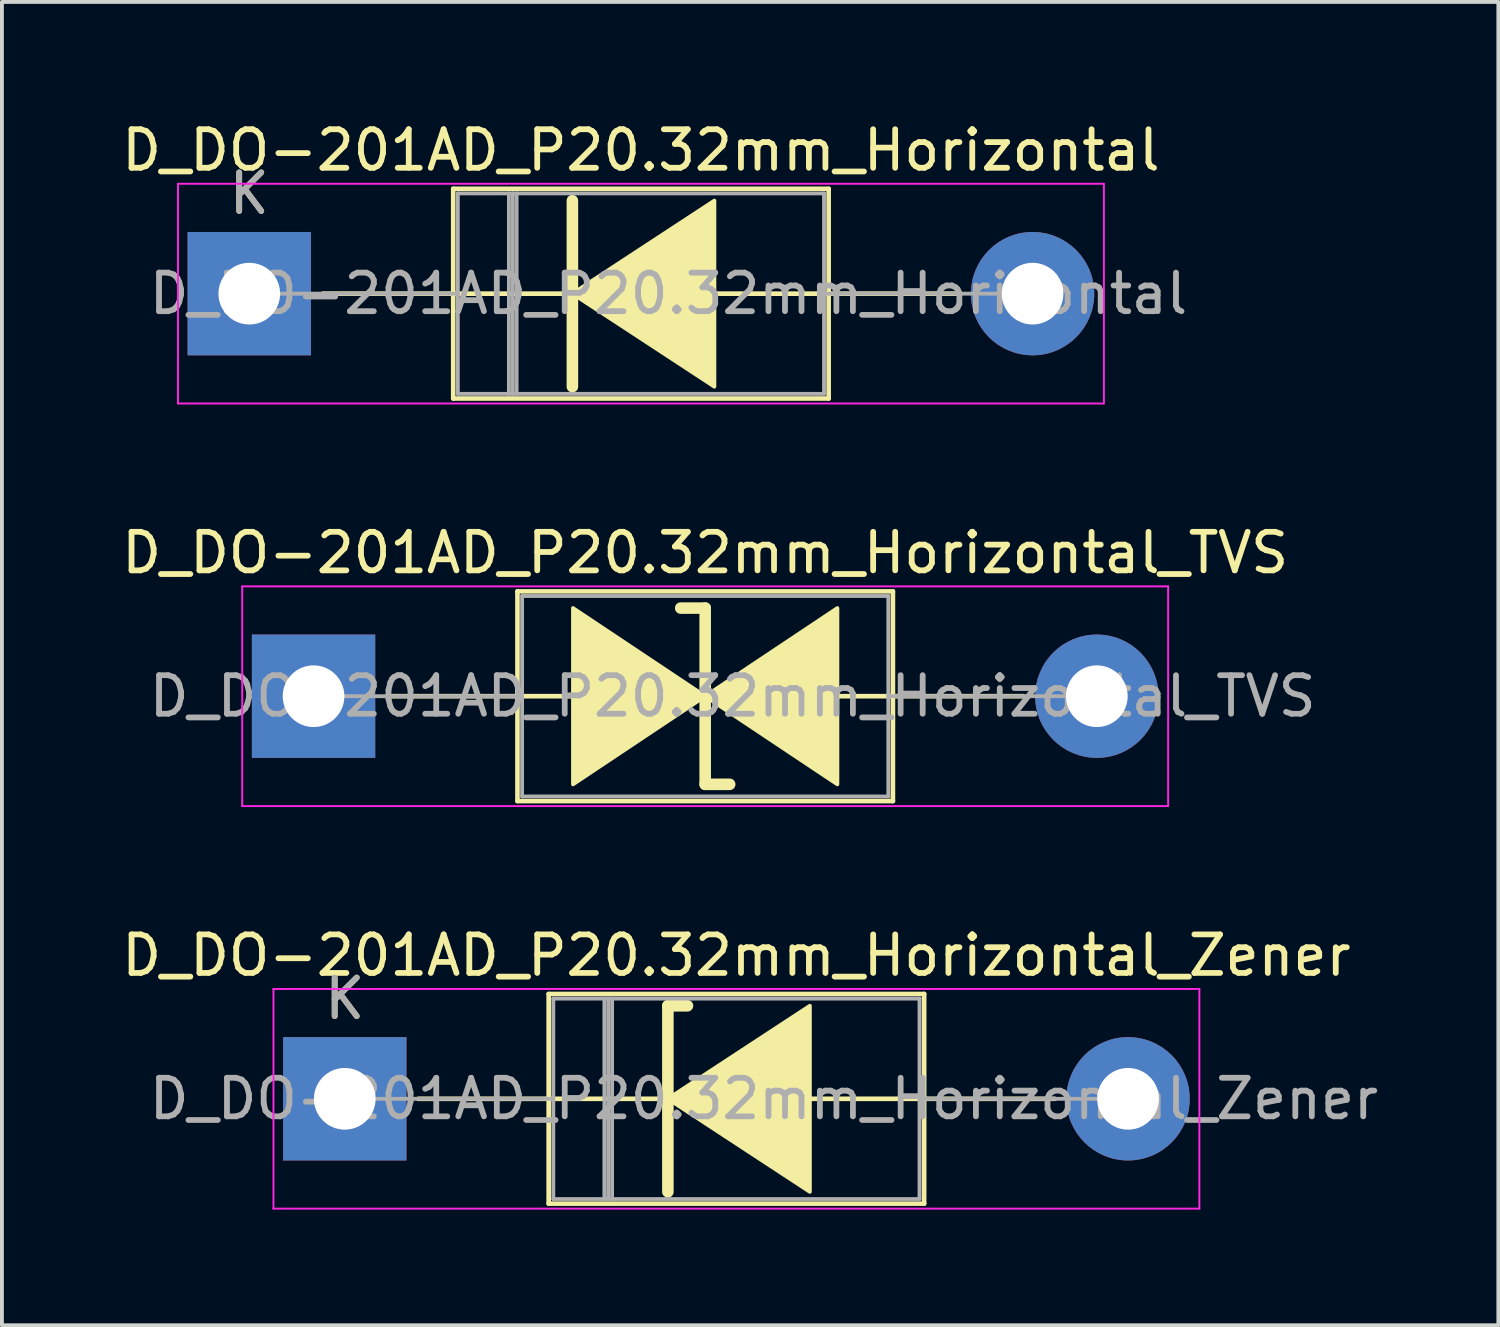
<source format=kicad_pcb>
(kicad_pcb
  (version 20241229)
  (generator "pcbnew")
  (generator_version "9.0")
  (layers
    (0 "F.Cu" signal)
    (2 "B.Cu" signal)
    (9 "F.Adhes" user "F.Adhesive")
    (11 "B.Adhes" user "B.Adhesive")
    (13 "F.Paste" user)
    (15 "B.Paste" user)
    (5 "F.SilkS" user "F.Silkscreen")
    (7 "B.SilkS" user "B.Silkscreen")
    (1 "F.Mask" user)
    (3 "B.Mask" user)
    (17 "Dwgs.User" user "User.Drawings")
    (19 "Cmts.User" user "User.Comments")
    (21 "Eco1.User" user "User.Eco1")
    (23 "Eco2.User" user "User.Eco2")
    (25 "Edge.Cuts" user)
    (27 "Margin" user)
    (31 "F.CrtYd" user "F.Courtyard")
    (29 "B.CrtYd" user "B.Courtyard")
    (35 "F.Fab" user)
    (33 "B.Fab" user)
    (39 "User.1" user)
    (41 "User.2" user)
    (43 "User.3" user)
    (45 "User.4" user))
  (footprint "D_DO-201AD_P20.32mm_Horizontal"
    (layer "F.Cu")
    (at 3.417 4.568)
    (property "Reference" "D_DO-201AD_P20.32mm_Horizontal" (at 10.16 -3.72 0) (layer "F.SilkS") (effects (font (size 1 1) (thickness 0.15))))
    (attr through_hole)
    (fp_line (start 1.905 0) (end 5.29 0) (stroke (width 0.12) (type solid)) (layer "F.SilkS"))
    (fp_line (start 5.29 -2.72) (end 5.29 2.72) (stroke (width 0.12) (type solid)) (layer "F.SilkS"))
    (fp_line (start 5.29 2.72) (end 15.03 2.72) (stroke (width 0.12) (type solid)) (layer "F.SilkS"))
    (fp_line (start 8.255 0) (end 5.29 0) (stroke (width 0.12) (type solid)) (layer "F.SilkS"))
    (fp_line (start 8.382 -2.413) (end 8.382 2.413) (stroke (width 0.3) (type solid)) (layer "F.SilkS"))
    (fp_line (start 12.065 0) (end 15.03 0) (stroke (width 0.12) (type solid)) (layer "F.SilkS"))
    (fp_line (start 15.03 -2.72) (end 5.29 -2.72) (stroke (width 0.12) (type solid)) (layer "F.SilkS"))
    (fp_line (start 15.03 2.72) (end 15.03 -2.72) (stroke (width 0.12) (type solid)) (layer "F.SilkS"))
    (fp_line (start 18.415 0) (end 15.03 0) (stroke (width 0.12) (type solid)) (layer "F.SilkS"))
    (fp_poly (pts (xy 12.065 2.413) (xy 8.382 0) (xy 12.065 -2.413)) (stroke (width 0.1) (type solid)) (fill yes) (layer "F.SilkS"))
    (fp_line (start -1.85 -2.85) (end -1.85 2.85) (stroke (width 0.05) (type solid)) (layer "F.CrtYd"))
    (fp_line (start -1.85 2.85) (end 22.17 2.85) (stroke (width 0.05) (type solid)) (layer "F.CrtYd"))
    (fp_line (start 22.17 -2.85) (end -1.85 -2.85) (stroke (width 0.05) (type solid)) (layer "F.CrtYd"))
    (fp_line (start 22.17 2.85) (end 22.17 -2.85) (stroke (width 0.05) (type solid)) (layer "F.CrtYd"))
    (fp_line (start 0 0) (end 5.41 0) (stroke (width 0.1) (type solid)) (layer "F.Fab"))
    (fp_line (start 5.41 -2.6) (end 5.41 2.6) (stroke (width 0.1) (type solid)) (layer "F.Fab"))
    (fp_line (start 5.41 2.6) (end 14.91 2.6) (stroke (width 0.1) (type solid)) (layer "F.Fab"))
    (fp_line (start 6.735 -2.6) (end 6.735 2.6) (stroke (width 0.1) (type solid)) (layer "F.Fab"))
    (fp_line (start 6.835 -2.6) (end 6.835 2.6) (stroke (width 0.1) (type solid)) (layer "F.Fab"))
    (fp_line (start 6.935 -2.6) (end 6.935 2.6) (stroke (width 0.1) (type solid)) (layer "F.Fab"))
    (fp_line (start 14.91 -2.6) (end 5.41 -2.6) (stroke (width 0.1) (type solid)) (layer "F.Fab"))
    (fp_line (start 14.91 2.6) (end 14.91 -2.6) (stroke (width 0.1) (type solid)) (layer "F.Fab"))
    (fp_line (start 20.32 0) (end 14.91 0) (stroke (width 0.1) (type solid)) (layer "F.Fab"))
    (fp_text user "K" (at 0 -2.6 0) (layer "F.SilkS") (effects (font (size 1 1) (thickness 0.15))))
    (fp_text user "K" (at 0 -2.6 0) (layer "F.Fab") (effects (font (size 1 1) (thickness 0.15))))
    (fp_text user "${REFERENCE}" (at 10.873 0 0) (layer "F.Fab") (effects (font (size 1 1) (thickness 0.15))))
    (pad "1" thru_hole rect (at 0 0) (size 3.2 3.2) (drill 1.6) (layers "*.Cu" "*.Mask"))
    (pad "2" thru_hole oval (at 20.32 0) (size 3.2 3.2) (drill 1.6) (layers "*.Cu" "*.Mask")))
  (footprint "D_DO-201AD_P20.32mm_Horizontal_TVS"
    (layer "F.Cu")
    (at 5.084 15.011)
    (property "Reference" "D_DO-201AD_P20.32mm_Horizontal_TVS" (at 10.16 -3.72 0) (layer "F.SilkS") (effects (font (size 1 1) (thickness 0.15))))
    (attr through_hole)
    (fp_line (start 1.905 0) (end 5.29 0) (stroke (width 0.12) (type solid)) (layer "F.SilkS"))
    (fp_line (start 5.29 -2.72) (end 5.29 2.72) (stroke (width 0.12) (type solid)) (layer "F.SilkS"))
    (fp_line (start 5.29 0) (end 6.731 0) (stroke (width 0.12) (type solid)) (layer "F.SilkS"))
    (fp_line (start 5.29 2.72) (end 15.03 2.72) (stroke (width 0.12) (type solid)) (layer "F.SilkS"))
    (fp_line (start 10.16 -2.286) (end 9.525 -2.286) (stroke (width 0.3) (type solid)) (layer "F.SilkS"))
    (fp_line (start 10.16 2.286) (end 10.16 -2.286) (stroke (width 0.3) (type solid)) (layer "F.SilkS"))
    (fp_line (start 10.795 2.286) (end 10.16 2.286) (stroke (width 0.3) (type solid)) (layer "F.SilkS"))
    (fp_line (start 13.589 0) (end 15.03 0) (stroke (width 0.12) (type solid)) (layer "F.SilkS"))
    (fp_line (start 15.03 -2.72) (end 5.29 -2.72) (stroke (width 0.12) (type solid)) (layer "F.SilkS"))
    (fp_line (start 15.03 2.72) (end 15.03 -2.72) (stroke (width 0.12) (type solid)) (layer "F.SilkS"))
    (fp_line (start 18.415 0) (end 15.03 0) (stroke (width 0.12) (type solid)) (layer "F.SilkS"))
    (fp_poly (pts (xy 10.16 0) (xy 6.731 2.286) (xy 6.731 -2.286)) (stroke (width 0.1) (type solid)) (fill yes) (layer "F.SilkS"))
    (fp_poly (pts (xy 10.16 0) (xy 13.589 -2.286) (xy 13.589 2.286)) (stroke (width 0.1) (type solid)) (fill yes) (layer "F.SilkS"))
    (fp_line (start -1.85 -2.85) (end -1.85 2.85) (stroke (width 0.05) (type solid)) (layer "F.CrtYd"))
    (fp_line (start -1.85 2.85) (end 22.17 2.85) (stroke (width 0.05) (type solid)) (layer "F.CrtYd"))
    (fp_line (start 22.17 -2.85) (end -1.85 -2.85) (stroke (width 0.05) (type solid)) (layer "F.CrtYd"))
    (fp_line (start 22.17 2.85) (end 22.17 -2.85) (stroke (width 0.05) (type solid)) (layer "F.CrtYd"))
    (fp_line (start 0 0) (end 5.41 0) (stroke (width 0.1) (type solid)) (layer "F.Fab"))
    (fp_line (start 5.41 -2.6) (end 5.41 2.6) (stroke (width 0.1) (type solid)) (layer "F.Fab"))
    (fp_line (start 5.41 2.6) (end 14.91 2.6) (stroke (width 0.1) (type solid)) (layer "F.Fab"))
    (fp_line (start 14.91 -2.6) (end 5.41 -2.6) (stroke (width 0.1) (type solid)) (layer "F.Fab"))
    (fp_line (start 14.91 2.6) (end 14.91 -2.6) (stroke (width 0.1) (type solid)) (layer "F.Fab"))
    (fp_line (start 20.32 0) (end 14.91 0) (stroke (width 0.1) (type solid)) (layer "F.Fab"))
    (fp_text user "${REFERENCE}" (at 10.873 0 0) (layer "F.Fab") (effects (font (size 1 1) (thickness 0.15))))
    (pad "1" thru_hole rect (at 0 0) (size 3.2 3.2) (drill 1.6) (layers "*.Cu" "*.Mask"))
    (pad "2" thru_hole oval (at 20.32 0) (size 3.2 3.2) (drill 1.6) (layers "*.Cu" "*.Mask")))
  (footprint "D_DO-201AD_P20.32mm_Horizontal_Zener"
    (layer "F.Cu")
    (at 5.894 25.455)
    (property "Reference" "D_DO-201AD_P20.32mm_Horizontal_Zener" (at 10.16 -3.72 0) (layer "F.SilkS") (effects (font (size 1 1) (thickness 0.15))))
    (attr through_hole)
    (fp_line (start 1.905 0) (end 5.29 0) (stroke (width 0.12) (type solid)) (layer "F.SilkS"))
    (fp_line (start 5.29 -2.72) (end 5.29 2.72) (stroke (width 0.12) (type solid)) (layer "F.SilkS"))
    (fp_line (start 5.29 2.72) (end 15.03 2.72) (stroke (width 0.12) (type solid)) (layer "F.SilkS"))
    (fp_line (start 8.255 0) (end 5.29 0) (stroke (width 0.12) (type solid)) (layer "F.SilkS"))
    (fp_line (start 8.382 -2.413) (end 8.382 2.413) (stroke (width 0.3) (type solid)) (layer "F.SilkS"))
    (fp_line (start 8.382 -2.413) (end 8.89 -2.413) (stroke (width 0.3) (type solid)) (layer "F.SilkS"))
    (fp_line (start 12.065 0) (end 15.03 0) (stroke (width 0.12) (type solid)) (layer "F.SilkS"))
    (fp_line (start 15.03 -2.72) (end 5.29 -2.72) (stroke (width 0.12) (type solid)) (layer "F.SilkS"))
    (fp_line (start 15.03 2.72) (end 15.03 -2.72) (stroke (width 0.12) (type solid)) (layer "F.SilkS"))
    (fp_line (start 18.415 0) (end 15.03 0) (stroke (width 0.12) (type solid)) (layer "F.SilkS"))
    (fp_poly (pts (xy 12.065 2.413) (xy 8.382 0) (xy 12.065 -2.413)) (stroke (width 0.1) (type solid)) (fill yes) (layer "F.SilkS"))
    (fp_line (start -1.85 -2.85) (end -1.85 2.85) (stroke (width 0.05) (type solid)) (layer "F.CrtYd"))
    (fp_line (start -1.85 2.85) (end 22.17 2.85) (stroke (width 0.05) (type solid)) (layer "F.CrtYd"))
    (fp_line (start 22.17 -2.85) (end -1.85 -2.85) (stroke (width 0.05) (type solid)) (layer "F.CrtYd"))
    (fp_line (start 22.17 2.85) (end 22.17 -2.85) (stroke (width 0.05) (type solid)) (layer "F.CrtYd"))
    (fp_line (start 0 0) (end 5.41 0) (stroke (width 0.1) (type solid)) (layer "F.Fab"))
    (fp_line (start 5.41 -2.6) (end 5.41 2.6) (stroke (width 0.1) (type solid)) (layer "F.Fab"))
    (fp_line (start 5.41 2.6) (end 14.91 2.6) (stroke (width 0.1) (type solid)) (layer "F.Fab"))
    (fp_line (start 6.735 -2.6) (end 6.735 2.6) (stroke (width 0.1) (type solid)) (layer "F.Fab"))
    (fp_line (start 6.835 -2.6) (end 6.835 2.6) (stroke (width 0.1) (type solid)) (layer "F.Fab"))
    (fp_line (start 6.935 -2.6) (end 6.935 2.6) (stroke (width 0.1) (type solid)) (layer "F.Fab"))
    (fp_line (start 14.91 -2.6) (end 5.41 -2.6) (stroke (width 0.1) (type solid)) (layer "F.Fab"))
    (fp_line (start 14.91 2.6) (end 14.91 -2.6) (stroke (width 0.1) (type solid)) (layer "F.Fab"))
    (fp_line (start 20.32 0) (end 14.91 0) (stroke (width 0.1) (type solid)) (layer "F.Fab"))
    (fp_text user "K" (at 0 -2.6 0) (layer "F.SilkS") (effects (font (size 1 1) (thickness 0.15))))
    (fp_text user "${REFERENCE}" (at 10.873 0 0) (layer "F.Fab") (effects (font (size 1 1) (thickness 0.15))))
    (fp_text user "K" (at 0 -2.6 0) (layer "F.Fab") (effects (font (size 1 1) (thickness 0.15))))
    (pad "1" thru_hole rect (at 0 0) (size 3.2 3.2) (drill 1.6) (layers "*.Cu" "*.Mask"))
    (pad "2" thru_hole oval (at 20.32 0) (size 3.2 3.2) (drill 1.6) (layers "*.Cu" "*.Mask")))
  (gr_rect
    (start -3 -3)
    (end 35.82 31.33)
    (stroke (width 0.1) (type default))
    (fill no)
    (layer "Edge.Cuts")))
</source>
